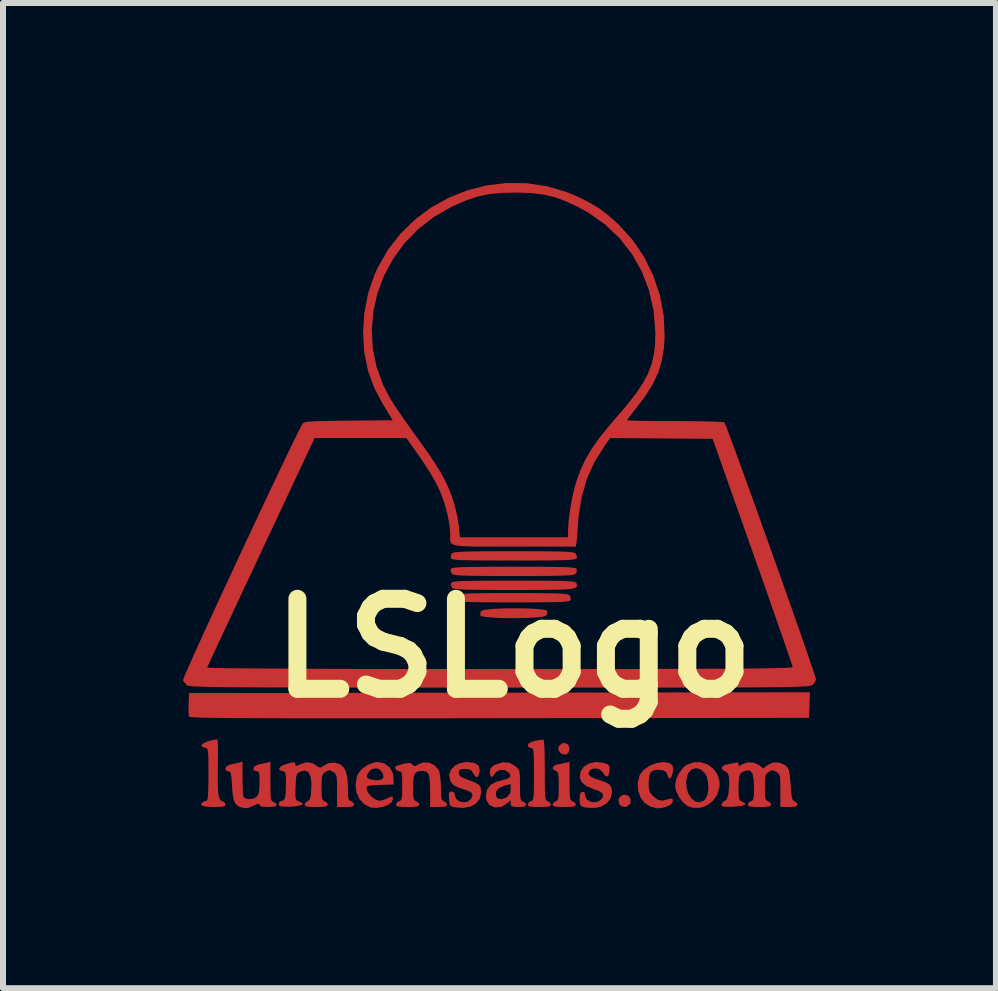
<source format=kicad_pcb>
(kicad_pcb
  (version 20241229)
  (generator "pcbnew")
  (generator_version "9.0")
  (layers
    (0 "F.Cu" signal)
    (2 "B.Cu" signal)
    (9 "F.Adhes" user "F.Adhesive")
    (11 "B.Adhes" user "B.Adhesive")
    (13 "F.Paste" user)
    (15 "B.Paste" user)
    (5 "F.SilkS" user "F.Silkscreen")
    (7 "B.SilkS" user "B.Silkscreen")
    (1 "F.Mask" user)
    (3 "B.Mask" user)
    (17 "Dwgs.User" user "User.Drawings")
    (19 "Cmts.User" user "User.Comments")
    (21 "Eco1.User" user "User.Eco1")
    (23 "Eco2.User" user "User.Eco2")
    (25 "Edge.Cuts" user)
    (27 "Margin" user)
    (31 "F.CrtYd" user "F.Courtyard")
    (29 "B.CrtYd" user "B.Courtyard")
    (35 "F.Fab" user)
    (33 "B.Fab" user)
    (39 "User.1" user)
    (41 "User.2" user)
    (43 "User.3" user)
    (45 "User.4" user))
  (footprint "LSLogo"
    (layer "F.Cu")
    (at 5.515 7.754)
    (property "Reference" "LSLogo" (at 0 0 0) (layer "F.SilkS") (effects (font (size 1.5 1.5) (thickness 0.3))))
    (attr board_only exclude_from_pos_files exclude_from_bom)
    (fp_poly (pts (xy 0.903 1.605) (xy 0.929 1.663) (xy 0.93 1.68) (xy 0.911 1.745) (xy 0.864 1.777) (xy 0.805 1.767) (xy 0.775 1.744) (xy 0.74 1.695) (xy 0.745 1.65) (xy 0.748 1.642) (xy 0.796 1.592) (xy 0.853 1.581)) (stroke (width 0) (type solid)) (fill yes) (layer "F.Cu"))
    (fp_poly (pts (xy 1.912 2.463) (xy 1.947 2.516) (xy 1.945 2.582) (xy 1.938 2.597) (xy 1.89 2.639) (xy 1.848 2.649) (xy 1.785 2.628) (xy 1.757 2.597) (xy 1.745 2.529) (xy 1.773 2.472) (xy 1.832 2.443) (xy 1.848 2.442)) (stroke (width 0) (type solid)) (fill yes) (layer "F.Cu"))
    (fp_poly (pts (xy 0.104 -0.663) (xy 0.245 -0.66) (xy 0.37 -0.653) (xy 0.471 -0.644) (xy 0.537 -0.632) (xy 0.559 -0.62) (xy 0.557 -0.569) (xy 0.542 -0.542) (xy 0.506 -0.528) (xy 0.428 -0.516) (xy 0.319 -0.508) (xy 0.187 -0.502) (xy 0.043 -0.5) (xy -0.104 -0.5) (xy -0.245 -0.503) (xy -0.37 -0.509) (xy -0.471 -0.519) (xy -0.537 -0.531) (xy -0.559 -0.543) (xy -0.557 -0.594) (xy -0.542 -0.62) (xy -0.506 -0.635) (xy -0.428 -0.646) (xy -0.319 -0.655) (xy -0.187 -0.661) (xy -0.043 -0.663)) (stroke (width 0) (type solid)) (fill yes) (layer "F.Cu"))
    (fp_poly (pts (xy 4.93 0.95) (xy 4.922 1.163) (xy -0.24 1.169) (xy -0.86 1.17) (xy -1.43 1.171) (xy -1.952 1.171) (xy -2.428 1.171) (xy -2.861 1.171) (xy -3.251 1.171) (xy -3.602 1.171) (xy -3.915 1.17) (xy -4.192 1.169) (xy -4.434 1.168) (xy -4.645 1.167) (xy -4.825 1.165) (xy -4.977 1.163) (xy -5.103 1.161) (xy -5.204 1.159) (xy -5.283 1.156) (xy -5.342 1.153) (xy -5.382 1.149) (xy -5.406 1.145) (xy -5.415 1.141) (xy -5.415 1.141) (xy -5.421 1.099) (xy -5.423 1.022) (xy -5.421 0.928) (xy -5.413 0.749) (xy -0.238 0.743) (xy 4.937 0.736)) (stroke (width 0) (type solid)) (fill yes) (layer "F.Cu"))
    (fp_poly (pts (xy 0.93 2.216) (xy 0.931 2.351) (xy 0.933 2.442) (xy 0.939 2.5) (xy 0.95 2.532) (xy 0.966 2.547) (xy 0.982 2.553) (xy 1.024 2.581) (xy 1.034 2.607) (xy 1.025 2.629) (xy 0.993 2.641) (xy 0.927 2.647) (xy 0.84 2.649) (xy 0.739 2.647) (xy 0.679 2.64) (xy 0.652 2.626) (xy 0.646 2.607) (xy 0.668 2.568) (xy 0.698 2.553) (xy 0.722 2.542) (xy 0.737 2.518) (xy 0.746 2.47) (xy 0.749 2.389) (xy 0.749 2.3) (xy 0.748 2.186) (xy 0.744 2.115) (xy 0.734 2.074) (xy 0.717 2.054) (xy 0.698 2.047) (xy 0.653 2.02) (xy 0.652 1.983) (xy 0.69 1.952) (xy 0.72 1.942) (xy 0.803 1.925) (xy 0.863 1.911) (xy 0.93 1.894)) (stroke (width 0) (type solid)) (fill yes) (layer "F.Cu"))
    (fp_poly (pts (xy 0.244 -0.917) (xy 0.441 -0.916) (xy 0.597 -0.914) (xy 0.716 -0.911) (xy 0.803 -0.907) (xy 0.863 -0.901) (xy 0.902 -0.894) (xy 0.924 -0.884) (xy 0.93 -0.879) (xy 0.95 -0.828) (xy 0.947 -0.801) (xy 0.937 -0.791) (xy 0.915 -0.783) (xy 0.873 -0.776) (xy 0.809 -0.771) (xy 0.717 -0.767) (xy 0.592 -0.765) (xy 0.43 -0.763) (xy 0.225 -0.762) (xy 0 -0.762) (xy -0.247 -0.762) (xy -0.448 -0.763) (xy -0.606 -0.765) (xy -0.728 -0.768) (xy -0.817 -0.771) (xy -0.879 -0.777) (xy -0.918 -0.783) (xy -0.939 -0.792) (xy -0.947 -0.801) (xy -0.945 -0.852) (xy -0.93 -0.879) (xy -0.915 -0.889) (xy -0.886 -0.898) (xy -0.837 -0.904) (xy -0.764 -0.909) (xy -0.662 -0.913) (xy -0.526 -0.915) (xy -0.35 -0.917) (xy -0.131 -0.917) (xy 0 -0.917)) (stroke (width 0) (type solid)) (fill yes) (layer "F.Cu"))
    (fp_poly (pts (xy 0.259 -1.124) (xy 0.472 -1.123) (xy 0.642 -1.122) (xy 0.774 -1.12) (xy 0.874 -1.117) (xy 0.945 -1.112) (xy 0.994 -1.107) (xy 1.023 -1.099) (xy 1.039 -1.09) (xy 1.044 -1.082) (xy 1.053 -1.054) (xy 1.054 -1.032) (xy 1.042 -1.013) (xy 1.013 -0.999) (xy 0.962 -0.988) (xy 0.886 -0.98) (xy 0.779 -0.975) (xy 0.638 -0.972) (xy 0.458 -0.97) (xy 0.234 -0.969) (xy 0 -0.969) (xy -0.262 -0.969) (xy -0.477 -0.97) (xy -0.649 -0.972) (xy -0.783 -0.975) (xy -0.883 -0.979) (xy -0.953 -0.984) (xy -0.999 -0.991) (xy -1.024 -0.999) (xy -1.031 -1.004) (xy -1.048 -1.057) (xy -1.044 -1.082) (xy -1.036 -1.093) (xy -1.018 -1.101) (xy -0.984 -1.108) (xy -0.931 -1.114) (xy -0.853 -1.118) (xy -0.746 -1.12) (xy -0.605 -1.122) (xy -0.426 -1.123) (xy -0.203 -1.124) (xy 0 -1.124)) (stroke (width 0) (type solid)) (fill yes) (layer "F.Cu"))
    (fp_poly (pts (xy 3.229 1.938) (xy 3.325 2.008) (xy 3.395 2.106) (xy 3.43 2.225) (xy 3.429 2.319) (xy 3.39 2.446) (xy 3.316 2.55) (xy 3.216 2.624) (xy 3.101 2.663) (xy 2.98 2.661) (xy 2.894 2.63) (xy 2.818 2.569) (xy 2.75 2.476) (xy 2.703 2.372) (xy 2.688 2.288) (xy 2.699 2.231) (xy 2.873 2.231) (xy 2.881 2.337) (xy 2.913 2.431) (xy 2.961 2.506) (xy 3.023 2.555) (xy 3.09 2.571) (xy 3.16 2.547) (xy 3.194 2.517) (xy 3.229 2.446) (xy 3.244 2.346) (xy 3.239 2.238) (xy 3.215 2.139) (xy 3.188 2.087) (xy 3.115 2.021) (xy 3.036 2) (xy 2.963 2.023) (xy 2.907 2.087) (xy 2.893 2.121) (xy 2.873 2.231) (xy 2.699 2.231) (xy 2.708 2.186) (xy 2.757 2.08) (xy 2.826 1.99) (xy 2.873 1.951) (xy 2.994 1.904) (xy 3.116 1.902)) (stroke (width 0) (type solid)) (fill yes) (layer "F.Cu"))
    (fp_poly (pts (xy 0.259 -1.615) (xy 0.47 -1.614) (xy 0.64 -1.612) (xy 0.772 -1.61) (xy 0.871 -1.606) (xy 0.942 -1.601) (xy 0.989 -1.595) (xy 1.018 -1.587) (xy 1.033 -1.577) (xy 1.033 -1.577) (xy 1.053 -1.526) (xy 1.05 -1.499) (xy 1.041 -1.489) (xy 1.019 -1.481) (xy 0.979 -1.475) (xy 0.917 -1.47) (xy 0.829 -1.466) (xy 0.709 -1.463) (xy 0.553 -1.461) (xy 0.356 -1.46) (xy 0.114 -1.46) (xy 0 -1.46) (xy -0.262 -1.46) (xy -0.477 -1.461) (xy -0.649 -1.462) (xy -0.783 -1.465) (xy -0.884 -1.468) (xy -0.957 -1.472) (xy -1.005 -1.478) (xy -1.034 -1.486) (xy -1.048 -1.495) (xy -1.05 -1.499) (xy -1.048 -1.55) (xy -1.033 -1.577) (xy -1.019 -1.586) (xy -0.991 -1.595) (xy -0.944 -1.601) (xy -0.874 -1.606) (xy -0.776 -1.61) (xy -0.646 -1.612) (xy -0.478 -1.614) (xy -0.268 -1.615) (xy -0.011 -1.615) (xy 0 -1.615)) (stroke (width 0) (type solid)) (fill yes) (layer "F.Cu"))
    (fp_poly (pts (xy 0.262 -1.356) (xy 0.477 -1.356) (xy 0.649 -1.354) (xy 0.783 -1.352) (xy 0.884 -1.349) (xy 0.957 -1.344) (xy 1.005 -1.338) (xy 1.034 -1.331) (xy 1.048 -1.322) (xy 1.05 -1.317) (xy 1.048 -1.267) (xy 1.033 -1.24) (xy 1.019 -1.23) (xy 0.991 -1.222) (xy 0.944 -1.215) (xy 0.874 -1.211) (xy 0.776 -1.207) (xy 0.646 -1.204) (xy 0.478 -1.203) (xy 0.268 -1.202) (xy 0.011 -1.202) (xy 0 -1.202) (xy -0.259 -1.202) (xy -0.47 -1.203) (xy -0.64 -1.204) (xy -0.772 -1.207) (xy -0.871 -1.21) (xy -0.942 -1.215) (xy -0.989 -1.222) (xy -1.018 -1.23) (xy -1.033 -1.24) (xy -1.033 -1.24) (xy -1.053 -1.291) (xy -1.05 -1.317) (xy -1.041 -1.327) (xy -1.019 -1.335) (xy -0.979 -1.342) (xy -0.917 -1.347) (xy -0.829 -1.351) (xy -0.709 -1.353) (xy -0.553 -1.355) (xy -0.356 -1.356) (xy -0.114 -1.357) (xy 0 -1.357)) (stroke (width 0) (type solid)) (fill yes) (layer "F.Cu"))
    (fp_poly (pts (xy 2.577 1.911) (xy 2.621 1.933) (xy 2.65 1.966) (xy 2.657 2.015) (xy 2.649 2.077) (xy 2.629 2.146) (xy 2.602 2.175) (xy 2.576 2.16) (xy 2.562 2.117) (xy 2.539 2.064) (xy 2.488 2.037) (xy 2.399 2.029) (xy 2.398 2.029) (xy 2.325 2.039) (xy 2.279 2.075) (xy 2.255 2.146) (xy 2.248 2.258) (xy 2.248 2.261) (xy 2.253 2.349) (xy 2.274 2.41) (xy 2.319 2.465) (xy 2.324 2.47) (xy 2.401 2.528) (xy 2.48 2.543) (xy 2.568 2.52) (xy 2.622 2.509) (xy 2.648 2.518) (xy 2.652 2.566) (xy 2.613 2.612) (xy 2.539 2.647) (xy 2.536 2.648) (xy 2.448 2.668) (xy 2.378 2.669) (xy 2.3 2.649) (xy 2.275 2.641) (xy 2.182 2.583) (xy 2.113 2.491) (xy 2.073 2.376) (xy 2.065 2.252) (xy 2.094 2.131) (xy 2.106 2.106) (xy 2.17 2.026) (xy 2.263 1.962) (xy 2.371 1.919) (xy 2.481 1.9)) (stroke (width 0) (type solid)) (fill yes) (layer "F.Cu"))
    (fp_poly (pts (xy -4.938 1.526) (xy -4.935 1.554) (xy -4.932 1.626) (xy -4.931 1.731) (xy -4.932 1.862) (xy -4.933 1.971) (xy -4.935 2.159) (xy -4.933 2.301) (xy -4.928 2.404) (xy -4.917 2.474) (xy -4.901 2.519) (xy -4.878 2.544) (xy -4.856 2.553) (xy -4.815 2.582) (xy -4.806 2.607) (xy -4.815 2.629) (xy -4.847 2.642) (xy -4.913 2.647) (xy -4.998 2.649) (xy -5.102 2.645) (xy -5.175 2.635) (xy -5.208 2.62) (xy -5.206 2.585) (xy -5.168 2.556) (xy -5.123 2.546) (xy -5.11 2.533) (xy -5.101 2.49) (xy -5.095 2.414) (xy -5.092 2.297) (xy -5.09 2.135) (xy -5.09 2.108) (xy -5.091 1.948) (xy -5.092 1.833) (xy -5.095 1.754) (xy -5.101 1.706) (xy -5.111 1.679) (xy -5.126 1.667) (xy -5.147 1.662) (xy -5.148 1.662) (xy -5.199 1.644) (xy -5.205 1.615) (xy -5.171 1.583) (xy -5.099 1.553) (xy -5.078 1.547) (xy -5.003 1.53) (xy -4.951 1.524)) (stroke (width 0) (type solid)) (fill yes) (layer "F.Cu"))
    (fp_poly (pts (xy 0.497 1.529) (xy 0.503 1.557) (xy 0.509 1.629) (xy 0.513 1.736) (xy 0.516 1.871) (xy 0.517 2.025) (xy 0.517 2.04) (xy 0.517 2.212) (xy 0.518 2.34) (xy 0.521 2.43) (xy 0.526 2.489) (xy 0.535 2.524) (xy 0.547 2.543) (xy 0.563 2.551) (xy 0.568 2.553) (xy 0.61 2.581) (xy 0.62 2.607) (xy 0.612 2.629) (xy 0.579 2.641) (xy 0.514 2.647) (xy 0.426 2.649) (xy 0.325 2.647) (xy 0.266 2.64) (xy 0.238 2.626) (xy 0.233 2.607) (xy 0.254 2.568) (xy 0.284 2.553) (xy 0.303 2.545) (xy 0.317 2.529) (xy 0.326 2.496) (xy 0.332 2.44) (xy 0.335 2.353) (xy 0.336 2.227) (xy 0.336 2.103) (xy 0.336 1.943) (xy 0.334 1.828) (xy 0.331 1.751) (xy 0.325 1.703) (xy 0.315 1.678) (xy 0.3 1.668) (xy 0.284 1.667) (xy 0.241 1.648) (xy 0.233 1.621) (xy 0.249 1.587) (xy 0.305 1.56) (xy 0.355 1.546) (xy 0.431 1.532) (xy 0.484 1.527)) (stroke (width 0) (type solid)) (fill yes) (layer "F.Cu"))
    (fp_poly (pts (xy -2.156 1.923) (xy -2.071 1.986) (xy -2.018 2.081) (xy -2.005 2.16) (xy -2.003 2.274) (xy -2.229 2.281) (xy -2.337 2.286) (xy -2.404 2.293) (xy -2.44 2.304) (xy -2.453 2.323) (xy -2.455 2.341) (xy -2.434 2.401) (xy -2.382 2.465) (xy -2.316 2.518) (xy -2.253 2.544) (xy -2.244 2.545) (xy -2.177 2.533) (xy -2.109 2.506) (xy -2.05 2.477) (xy -2.023 2.473) (xy -2.016 2.497) (xy -2.015 2.521) (xy -2.039 2.572) (xy -2.101 2.617) (xy -2.187 2.649) (xy -2.284 2.664) (xy -2.379 2.658) (xy -2.389 2.656) (xy -2.494 2.604) (xy -2.573 2.517) (xy -2.623 2.404) (xy -2.638 2.277) (xy -2.619 2.158) (xy -2.448 2.158) (xy -2.409 2.184) (xy -2.326 2.2) (xy -2.274 2.205) (xy -2.218 2.195) (xy -2.197 2.185) (xy -2.173 2.154) (xy -2.18 2.101) (xy -2.185 2.088) (xy -2.229 2.028) (xy -2.294 2.003) (xy -2.364 2.016) (xy -2.413 2.059) (xy -2.448 2.118) (xy -2.448 2.158) (xy -2.619 2.158) (xy -2.617 2.147) (xy -2.596 2.095) (xy -2.532 2.013) (xy -2.436 1.946) (xy -2.326 1.906) (xy -2.264 1.899)) (stroke (width 0) (type solid)) (fill yes) (layer "F.Cu"))
    (fp_poly (pts (xy 1.483 1.909) (xy 1.537 1.925) (xy 1.582 1.949) (xy 1.598 1.989) (xy 1.597 2.048) (xy 1.581 2.119) (xy 1.551 2.143) (xy 1.514 2.118) (xy 1.491 2.08) (xy 1.442 2.03) (xy 1.374 2.006) (xy 1.305 2.013) (xy 1.267 2.04) (xy 1.245 2.089) (xy 1.267 2.132) (xy 1.337 2.171) (xy 1.419 2.198) (xy 1.528 2.234) (xy 1.594 2.273) (xy 1.628 2.325) (xy 1.638 2.398) (xy 1.638 2.406) (xy 1.614 2.505) (xy 1.55 2.587) (xy 1.455 2.643) (xy 1.366 2.663) (xy 1.275 2.664) (xy 1.191 2.656) (xy 1.176 2.653) (xy 1.128 2.637) (xy 1.105 2.609) (xy 1.098 2.551) (xy 1.098 2.519) (xy 1.103 2.443) (xy 1.121 2.405) (xy 1.143 2.395) (xy 1.178 2.402) (xy 1.189 2.449) (xy 1.189 2.452) (xy 1.21 2.515) (xy 1.265 2.556) (xy 1.336 2.571) (xy 1.41 2.556) (xy 1.459 2.52) (xy 1.491 2.466) (xy 1.477 2.42) (xy 1.415 2.38) (xy 1.335 2.352) (xy 1.208 2.3) (xy 1.13 2.234) (xy 1.1 2.151) (xy 1.115 2.054) (xy 1.168 1.976) (xy 1.255 1.923) (xy 1.364 1.899)) (stroke (width 0) (type solid)) (fill yes) (layer "F.Cu"))
    (fp_poly (pts (xy -0.676 1.911) (xy -0.635 1.924) (xy -0.582 1.969) (xy -0.567 2.042) (xy -0.584 2.117) (xy -0.611 2.154) (xy -0.644 2.14) (xy -0.677 2.087) (xy -0.709 2.039) (xy -0.755 2.019) (xy -0.814 2.015) (xy -0.881 2.019) (xy -0.91 2.036) (xy -0.917 2.075) (xy -0.917 2.079) (xy -0.911 2.115) (xy -0.884 2.144) (xy -0.827 2.172) (xy -0.752 2.199) (xy -0.649 2.239) (xy -0.586 2.276) (xy -0.554 2.32) (xy -0.544 2.381) (xy -0.543 2.404) (xy -0.565 2.509) (xy -0.628 2.59) (xy -0.725 2.644) (xy -0.849 2.665) (xy -0.994 2.652) (xy -0.995 2.652) (xy -1.042 2.637) (xy -1.067 2.609) (xy -1.077 2.551) (xy -1.08 2.513) (xy -1.082 2.438) (xy -1.073 2.402) (xy -1.048 2.391) (xy -1.035 2.39) (xy -0.993 2.405) (xy -0.982 2.454) (xy -0.96 2.515) (xy -0.906 2.556) (xy -0.836 2.571) (xy -0.765 2.558) (xy -0.714 2.516) (xy -0.688 2.455) (xy -0.708 2.408) (xy -0.776 2.372) (xy -0.806 2.363) (xy -0.921 2.327) (xy -0.995 2.29) (xy -1.041 2.244) (xy -1.061 2.206) (xy -1.076 2.113) (xy -1.049 2.03) (xy -0.987 1.963) (xy -0.898 1.917) (xy -0.792 1.898)) (stroke (width 0) (type solid)) (fill yes) (layer "F.Cu"))
    (fp_poly (pts (xy -0.071 1.912) (xy 0.024 1.966) (xy 0.06 1.998) (xy 0.083 2.03) (xy 0.096 2.072) (xy 0.102 2.137) (xy 0.103 2.237) (xy 0.103 2.287) (xy 0.104 2.405) (xy 0.108 2.481) (xy 0.117 2.525) (xy 0.133 2.548) (xy 0.155 2.558) (xy 0.197 2.587) (xy 0.207 2.612) (xy 0.191 2.635) (xy 0.138 2.647) (xy 0.078 2.649) (xy 0.000442 2.646) (xy -0.038 2.635) (xy -0.051 2.609) (xy -0.052 2.592) (xy -0.052 2.536) (xy -0.11 2.589) (xy -0.207 2.648) (xy -0.313 2.656) (xy -0.323 2.654) (xy -0.407 2.614) (xy -0.455 2.539) (xy -0.465 2.467) (xy -0.465 2.465) (xy -0.298 2.465) (xy -0.297 2.469) (xy -0.261 2.51) (xy -0.199 2.517) (xy -0.125 2.49) (xy -0.109 2.479) (xy -0.062 2.42) (xy -0.052 2.353) (xy -0.052 2.266) (xy -0.156 2.293) (xy -0.247 2.332) (xy -0.296 2.391) (xy -0.298 2.465) (xy -0.465 2.465) (xy -0.447 2.361) (xy -0.391 2.283) (xy -0.292 2.228) (xy -0.205 2.205) (xy -0.109 2.179) (xy -0.062 2.15) (xy -0.059 2.113) (xy -0.092 2.069) (xy -0.158 2.032) (xy -0.232 2.031) (xy -0.294 2.063) (xy -0.315 2.094) (xy -0.35 2.142) (xy -0.38 2.142) (xy -0.399 2.096) (xy -0.401 2.065) (xy -0.39 2.008) (xy -0.349 1.966) (xy -0.31 1.944) (xy -0.184 1.903)) (stroke (width 0) (type solid)) (fill yes) (layer "F.Cu"))
    (fp_poly (pts (xy -4.057 2.222) (xy -4.056 2.358) (xy -4.054 2.45) (xy -4.048 2.509) (xy -4.038 2.542) (xy -4.022 2.558) (xy -4.005 2.564) (xy -3.963 2.589) (xy -3.953 2.613) (xy -3.97 2.635) (xy -4.024 2.646) (xy -4.096 2.649) (xy -4.183 2.644) (xy -4.228 2.631) (xy -4.238 2.613) (xy -4.247 2.594) (xy -4.282 2.601) (xy -4.334 2.625) (xy -4.421 2.663) (xy -4.489 2.67) (xy -4.561 2.65) (xy -4.562 2.65) (xy -4.615 2.62) (xy -4.652 2.575) (xy -4.675 2.506) (xy -4.69 2.402) (xy -4.697 2.299) (xy -4.704 2.184) (xy -4.712 2.112) (xy -4.724 2.073) (xy -4.741 2.057) (xy -4.758 2.054) (xy -4.8 2.039) (xy -4.808 2.006) (xy -4.785 1.968) (xy -4.734 1.943) (xy -4.732 1.942) (xy -4.65 1.925) (xy -4.589 1.911) (xy -4.522 1.894) (xy -4.522 2.166) (xy -4.52 2.283) (xy -4.517 2.383) (xy -4.511 2.453) (xy -4.506 2.478) (xy -4.47 2.51) (xy -4.407 2.519) (xy -4.338 2.507) (xy -4.283 2.475) (xy -4.28 2.472) (xy -4.255 2.426) (xy -4.242 2.35) (xy -4.238 2.24) (xy -4.239 2.143) (xy -4.245 2.087) (xy -4.259 2.061) (xy -4.283 2.054) (xy -4.289 2.054) (xy -4.334 2.039) (xy -4.343 2.006) (xy -4.32 1.968) (xy -4.269 1.943) (xy -4.266 1.942) (xy -4.184 1.925) (xy -4.124 1.911) (xy -4.057 1.894)) (stroke (width 0) (type solid)) (fill yes) (layer "F.Cu"))
    (fp_poly (pts (xy -1.408 1.911) (xy -1.32 1.954) (xy -1.255 2.029) (xy -1.243 2.057) (xy -1.229 2.124) (xy -1.219 2.222) (xy -1.214 2.331) (xy -1.214 2.339) (xy -1.213 2.441) (xy -1.207 2.503) (xy -1.194 2.536) (xy -1.17 2.55) (xy -1.163 2.553) (xy -1.121 2.581) (xy -1.111 2.607) (xy -1.122 2.632) (xy -1.161 2.645) (xy -1.24 2.648) (xy -1.253 2.649) (xy -1.395 2.649) (xy -1.395 2.38) (xy -1.398 2.243) (xy -1.407 2.149) (xy -1.427 2.09) (xy -1.461 2.06) (xy -1.513 2.048) (xy -1.537 2.048) (xy -1.601 2.055) (xy -1.643 2.084) (xy -1.667 2.142) (xy -1.678 2.237) (xy -1.68 2.326) (xy -1.678 2.432) (xy -1.673 2.497) (xy -1.661 2.532) (xy -1.64 2.549) (xy -1.628 2.553) (xy -1.586 2.581) (xy -1.576 2.607) (xy -1.585 2.629) (xy -1.617 2.641) (xy -1.683 2.647) (xy -1.77 2.649) (xy -1.871 2.647) (xy -1.931 2.64) (xy -1.958 2.626) (xy -1.964 2.607) (xy -1.942 2.568) (xy -1.912 2.553) (xy -1.888 2.542) (xy -1.873 2.518) (xy -1.864 2.471) (xy -1.861 2.391) (xy -1.86 2.297) (xy -1.861 2.183) (xy -1.865 2.112) (xy -1.874 2.073) (xy -1.89 2.057) (xy -1.909 2.054) (xy -1.952 2.039) (xy -1.976 2.006) (xy -1.972 1.974) (xy -1.957 1.964) (xy -1.839 1.929) (xy -1.76 1.915) (xy -1.711 1.922) (xy -1.688 1.941) (xy -1.661 1.967) (xy -1.63 1.962) (xy -1.598 1.941) (xy -1.506 1.905)) (stroke (width 0) (type solid)) (fill yes) (layer "F.Cu"))
    (fp_poly (pts (xy 3.999 1.909) (xy 4.092 1.952) (xy 4.092 1.953) (xy 4.16 2.006) (xy 4.228 1.953) (xy 4.322 1.906) (xy 4.424 1.909) (xy 4.494 1.937) (xy 4.538 1.963) (xy 4.568 1.996) (xy 4.588 2.046) (xy 4.602 2.122) (xy 4.612 2.234) (xy 4.617 2.302) (xy 4.626 2.417) (xy 4.636 2.49) (xy 4.65 2.531) (xy 4.671 2.55) (xy 4.681 2.554) (xy 4.721 2.583) (xy 4.729 2.607) (xy 4.718 2.632) (xy 4.678 2.645) (xy 4.599 2.648) (xy 4.586 2.649) (xy 4.444 2.649) (xy 4.444 2.378) (xy 4.444 2.256) (xy 4.44 2.176) (xy 4.432 2.126) (xy 4.417 2.095) (xy 4.392 2.073) (xy 4.38 2.065) (xy 4.329 2.037) (xy 4.289 2.042) (xy 4.251 2.065) (xy 4.219 2.089) (xy 4.2 2.12) (xy 4.19 2.169) (xy 4.186 2.25) (xy 4.186 2.323) (xy 4.187 2.43) (xy 4.192 2.496) (xy 4.204 2.532) (xy 4.225 2.548) (xy 4.238 2.553) (xy 4.28 2.581) (xy 4.289 2.607) (xy 4.281 2.629) (xy 4.249 2.641) (xy 4.183 2.647) (xy 4.096 2.649) (xy 3.994 2.647) (xy 3.935 2.64) (xy 3.907 2.626) (xy 3.902 2.607) (xy 3.923 2.568) (xy 3.953 2.553) (xy 3.979 2.541) (xy 3.994 2.515) (xy 4.002 2.464) (xy 4.005 2.377) (xy 4.005 2.324) (xy 3.999 2.187) (xy 3.98 2.097) (xy 3.946 2.048) (xy 3.895 2.037) (xy 3.867 2.044) (xy 3.81 2.066) (xy 3.774 2.098) (xy 3.755 2.152) (xy 3.748 2.238) (xy 3.747 2.323) (xy 3.748 2.428) (xy 3.753 2.493) (xy 3.766 2.53) (xy 3.789 2.551) (xy 3.805 2.558) (xy 3.855 2.589) (xy 3.854 2.613) (xy 3.803 2.63) (xy 3.702 2.641) (xy 3.663 2.643) (xy 3.561 2.646) (xy 3.5 2.642) (xy 3.471 2.631) (xy 3.462 2.61) (xy 3.462 2.608) (xy 3.484 2.568) (xy 3.511 2.553) (xy 3.552 2.516) (xy 3.578 2.429) (xy 3.59 2.293) (xy 3.591 2.235) (xy 3.586 2.142) (xy 3.566 2.086) (xy 3.525 2.054) (xy 3.508 2.047) (xy 3.467 2.016) (xy 3.47 1.981) (xy 3.515 1.951) (xy 3.546 1.942) (xy 3.625 1.926) (xy 3.689 1.91) (xy 3.734 1.906) (xy 3.747 1.935) (xy 3.747 1.936) (xy 3.751 1.965) (xy 3.774 1.96) (xy 3.804 1.939) (xy 3.896 1.904)) (stroke (width 0) (type solid)) (fill yes) (layer "F.Cu"))
    (fp_poly (pts (xy -3.648 1.91) (xy -3.643 1.934) (xy -3.643 1.939) (xy -3.638 1.963) (xy -3.614 1.961) (xy -3.567 1.939) (xy -3.458 1.903) (xy -3.361 1.916) (xy -3.297 1.954) (xy -3.247 1.988) (xy -3.214 1.991) (xy -3.182 1.967) (xy -3.092 1.918) (xy -2.987 1.909) (xy -2.899 1.935) (xy -2.839 1.983) (xy -2.798 2.059) (xy -2.774 2.169) (xy -2.765 2.322) (xy -2.765 2.355) (xy -2.763 2.452) (xy -2.756 2.51) (xy -2.741 2.539) (xy -2.714 2.552) (xy -2.713 2.553) (xy -2.671 2.581) (xy -2.661 2.607) (xy -2.672 2.632) (xy -2.712 2.645) (xy -2.791 2.648) (xy -2.804 2.649) (xy -2.946 2.649) (xy -2.946 2.378) (xy -2.946 2.256) (xy -2.95 2.176) (xy -2.958 2.126) (xy -2.973 2.095) (xy -2.998 2.073) (xy -3.01 2.065) (xy -3.061 2.037) (xy -3.101 2.042) (xy -3.139 2.065) (xy -3.171 2.089) (xy -3.19 2.12) (xy -3.2 2.169) (xy -3.204 2.25) (xy -3.204 2.323) (xy -3.203 2.43) (xy -3.198 2.496) (xy -3.186 2.532) (xy -3.165 2.548) (xy -3.152 2.553) (xy -3.11 2.581) (xy -3.101 2.607) (xy -3.109 2.629) (xy -3.141 2.641) (xy -3.207 2.647) (xy -3.295 2.649) (xy -3.396 2.647) (xy -3.455 2.64) (xy -3.483 2.626) (xy -3.488 2.607) (xy -3.467 2.568) (xy -3.44 2.553) (xy -3.406 2.53) (xy -3.387 2.474) (xy -3.38 2.42) (xy -3.373 2.256) (xy -3.389 2.138) (xy -3.426 2.066) (xy -3.484 2.041) (xy -3.56 2.06) (xy -3.594 2.079) (xy -3.615 2.104) (xy -3.628 2.147) (xy -3.634 2.22) (xy -3.638 2.316) (xy -3.641 2.424) (xy -3.639 2.49) (xy -3.63 2.527) (xy -3.611 2.545) (xy -3.58 2.556) (xy -3.578 2.556) (xy -3.532 2.578) (xy -3.521 2.604) (xy -3.55 2.621) (xy -3.615 2.634) (xy -3.699 2.643) (xy -3.787 2.645) (xy -3.862 2.641) (xy -3.908 2.629) (xy -3.914 2.624) (xy -3.918 2.579) (xy -3.885 2.549) (xy -3.864 2.545) (xy -3.834 2.534) (xy -3.814 2.497) (xy -3.803 2.425) (xy -3.799 2.312) (xy -3.798 2.261) (xy -3.799 2.159) (xy -3.804 2.098) (xy -3.817 2.066) (xy -3.839 2.053) (xy -3.857 2.05) (xy -3.906 2.031) (xy -3.911 2.001) (xy -3.874 1.967) (xy -3.801 1.935) (xy -3.798 1.935) (xy -3.714 1.911) (xy -3.667 1.902)) (stroke (width 0) (type solid)) (fill yes) (layer "F.Cu"))
    (fp_poly (pts (xy 0.216 -7.75) (xy 0.551 -7.7) (xy 0.882 -7.603) (xy 1.076 -7.521) (xy 1.256 -7.43) (xy 1.405 -7.342) (xy 1.541 -7.244) (xy 1.681 -7.122) (xy 1.746 -7.062) (xy 1.98 -6.805) (xy 2.174 -6.518) (xy 2.327 -6.206) (xy 2.437 -5.877) (xy 2.5 -5.536) (xy 2.515 -5.188) (xy 2.504 -5.012) (xy 2.469 -4.795) (xy 2.408 -4.593) (xy 2.315 -4.396) (xy 2.187 -4.193) (xy 2.052 -4.015) (xy 1.983 -3.928) (xy 1.928 -3.857) (xy 1.894 -3.811) (xy 1.886 -3.798) (xy 1.911 -3.795) (xy 1.981 -3.792) (xy 2.091 -3.789) (xy 2.233 -3.787) (xy 2.402 -3.786) (xy 2.592 -3.785) (xy 2.681 -3.785) (xy 2.88 -3.784) (xy 3.062 -3.782) (xy 3.223 -3.779) (xy 3.354 -3.775) (xy 3.449 -3.77) (xy 3.502 -3.765) (xy 3.51 -3.763) (xy 3.523 -3.736) (xy 3.551 -3.665) (xy 3.593 -3.554) (xy 3.648 -3.407) (xy 3.713 -3.229) (xy 3.788 -3.023) (xy 3.872 -2.794) (xy 3.961 -2.546) (xy 4.056 -2.283) (xy 4.153 -2.01) (xy 4.253 -1.731) (xy 4.353 -1.451) (xy 4.452 -1.173) (xy 4.548 -0.902) (xy 4.639 -0.642) (xy 4.725 -0.398) (xy 4.804 -0.173) (xy 4.874 0.028) (xy 4.933 0.201) (xy 4.981 0.341) (xy 5.015 0.444) (xy 5.034 0.507) (xy 5.038 0.523) (xy 5.022 0.564) (xy 4.987 0.607) (xy 4.98 0.613) (xy 4.972 0.619) (xy 4.959 0.624) (xy 4.94 0.629) (xy 4.913 0.633) (xy 4.875 0.637) (xy 4.825 0.64) (xy 4.76 0.643) (xy 4.678 0.646) (xy 4.577 0.648) (xy 4.455 0.65) (xy 4.31 0.652) (xy 4.139 0.654) (xy 3.941 0.655) (xy 3.713 0.656) (xy 3.454 0.657) (xy 3.16 0.657) (xy 2.831 0.658) (xy 2.463 0.658) (xy 2.055 0.659) (xy 1.605 0.659) (xy 1.11 0.659) (xy 0.568 0.659) (xy -0.022 0.659) (xy -0.241 0.659) (xy -0.851 0.659) (xy -1.41 0.659) (xy -1.922 0.659) (xy -2.389 0.658) (xy -2.813 0.658) (xy -3.195 0.658) (xy -3.539 0.657) (xy -3.845 0.656) (xy -4.117 0.656) (xy -4.356 0.654) (xy -4.565 0.653) (xy -4.745 0.652) (xy -4.899 0.65) (xy -5.029 0.648) (xy -5.136 0.646) (xy -5.224 0.643) (xy -5.294 0.64) (xy -5.348 0.637) (xy -5.388 0.633) (xy -5.417 0.629) (xy -5.437 0.625) (xy -5.449 0.62) (xy -5.456 0.615) (xy -5.457 0.614) (xy -5.497 0.563) (xy -5.515 0.536) (xy -5.506 0.509) (xy -5.478 0.439) (xy -5.431 0.331) (xy -5.427 0.323) (xy -5.112 0.323) (xy -5.087 0.327) (xy -5.011 0.33) (xy -4.884 0.333) (xy -4.705 0.336) (xy -4.476 0.338) (xy -4.195 0.34) (xy -3.864 0.342) (xy -3.482 0.344) (xy -3.05 0.346) (xy -2.568 0.347) (xy -2.036 0.348) (xy -1.453 0.348) (xy -0.822 0.349) (xy -0.235 0.349) (xy 0.376 0.349) (xy 0.937 0.349) (xy 1.45 0.348) (xy 1.918 0.348) (xy 2.34 0.347) (xy 2.721 0.346) (xy 3.06 0.345) (xy 3.361 0.344) (xy 3.625 0.343) (xy 3.855 0.341) (xy 4.05 0.339) (xy 4.215 0.337) (xy 4.35 0.334) (xy 4.458 0.332) (xy 4.54 0.329) (xy 4.597 0.325) (xy 4.633 0.322) (xy 4.649 0.318) (xy 4.65 0.317) (xy 4.641 0.288) (xy 4.616 0.214) (xy 4.577 0.099) (xy 4.525 -0.054) (xy 4.46 -0.239) (xy 4.385 -0.455) (xy 4.3 -0.697) (xy 4.208 -0.961) (xy 4.109 -1.243) (xy 4.004 -1.539) (xy 3.982 -1.602) (xy 3.315 -3.488) (xy 2.461 -3.495) (xy 1.607 -3.502) (xy 1.519 -3.379) (xy 1.346 -3.104) (xy 1.217 -2.817) (xy 1.129 -2.51) (xy 1.078 -2.176) (xy 1.07 -2.054) (xy 1.062 -1.94) (xy 1.055 -1.84) (xy 1.047 -1.77) (xy 1.044 -1.751) (xy 1.033 -1.692) (xy 0.002 -1.692) (xy -0.261 -1.692) (xy -0.476 -1.692) (xy -0.65 -1.693) (xy -0.785 -1.696) (xy -0.887 -1.702) (xy -0.961 -1.711) (xy -1.011 -1.726) (xy -1.041 -1.746) (xy -1.056 -1.773) (xy -1.061 -1.807) (xy -1.061 -1.85) (xy -1.06 -1.902) (xy -1.06 -1.908) (xy -1.066 -1.999) (xy -1.083 -2.116) (xy -1.107 -2.237) (xy -1.111 -2.254) (xy -1.157 -2.421) (xy -1.215 -2.58) (xy -1.29 -2.74) (xy -1.387 -2.911) (xy -1.51 -3.103) (xy -1.648 -3.301) (xy -1.791 -3.501) (xy -2.556 -3.501) (xy -3.32 -3.501) (xy -4.212 -1.602) (xy -4.35 -1.307) (xy -4.482 -1.027) (xy -4.605 -0.763) (xy -4.719 -0.519) (xy -4.822 -0.299) (xy -4.912 -0.107) (xy -4.987 0.054) (xy -5.046 0.181) (xy -5.087 0.27) (xy -5.109 0.316) (xy -5.112 0.323) (xy -5.427 0.323) (xy -5.367 0.188) (xy -5.289 0.014) (xy -5.198 -0.186) (xy -5.096 -0.408) (xy -4.986 -0.649) (xy -4.868 -0.905) (xy -4.744 -1.17) (xy -4.618 -1.443) (xy -4.49 -1.717) (xy -4.362 -1.99) (xy -4.237 -2.257) (xy -4.116 -2.515) (xy -4 -2.758) (xy -3.893 -2.984) (xy -3.796 -3.188) (xy -3.71 -3.366) (xy -3.638 -3.514) (xy -3.581 -3.629) (xy -3.541 -3.705) (xy -3.521 -3.74) (xy -3.521 -3.74) (xy -3.505 -3.753) (xy -3.479 -3.764) (xy -3.438 -3.772) (xy -3.375 -3.778) (xy -3.285 -3.783) (xy -3.162 -3.786) (xy -3 -3.789) (xy -2.794 -3.791) (xy -2.75 -3.792) (xy -2.019 -3.798) (xy -2.137 -3.992) (xy -2.204 -4.105) (xy -2.269 -4.226) (xy -2.322 -4.33) (xy -2.328 -4.342) (xy -2.432 -4.63) (xy -2.494 -4.939) (xy -2.513 -5.261) (xy -2.51 -5.308) (xy -2.367 -5.308) (xy -2.35 -4.997) (xy -2.288 -4.689) (xy -2.179 -4.388) (xy -2.055 -4.152) (xy -1.996 -4.058) (xy -1.915 -3.937) (xy -1.821 -3.802) (xy -1.724 -3.665) (xy -1.69 -3.617) (xy -1.531 -3.399) (xy -1.401 -3.213) (xy -1.296 -3.054) (xy -1.211 -2.914) (xy -1.142 -2.787) (xy -1.086 -2.665) (xy -1.038 -2.541) (xy -1 -2.428) (xy -0.965 -2.3) (xy -0.935 -2.16) (xy -0.917 -2.038) (xy -0.916 -2.034) (xy -0.898 -1.848) (xy 0.003 -1.848) (xy 0.904 -1.848) (xy 0.905 -1.97) (xy 0.913 -2.111) (xy 0.934 -2.283) (xy 0.966 -2.466) (xy 1.005 -2.643) (xy 1.047 -2.791) (xy 1.115 -2.975) (xy 1.196 -3.148) (xy 1.297 -3.32) (xy 1.423 -3.499) (xy 1.58 -3.695) (xy 1.702 -3.837) (xy 1.886 -4.052) (xy 2.035 -4.241) (xy 2.15 -4.413) (xy 2.236 -4.573) (xy 2.297 -4.731) (xy 2.335 -4.893) (xy 2.355 -5.068) (xy 2.36 -5.262) (xy 2.359 -5.271) (xy 2.331 -5.625) (xy 2.255 -5.961) (xy 2.135 -6.276) (xy 1.971 -6.567) (xy 1.766 -6.83) (xy 1.522 -7.062) (xy 1.24 -7.261) (xy 1.052 -7.364) (xy 0.857 -7.453) (xy 0.679 -7.517) (xy 0.503 -7.559) (xy 0.311 -7.583) (xy 0.089 -7.593) (xy 0.026 -7.593) (xy -0.212 -7.588) (xy -0.417 -7.567) (xy -0.605 -7.527) (xy -0.794 -7.464) (xy -0.999 -7.374) (xy -1.046 -7.352) (xy -1.34 -7.182) (xy -1.599 -6.979) (xy -1.824 -6.747) (xy -2.011 -6.49) (xy -2.161 -6.213) (xy -2.271 -5.921) (xy -2.34 -5.618) (xy -2.367 -5.308) (xy -2.51 -5.308) (xy -2.492 -5.587) (xy -2.429 -5.909) (xy -2.324 -6.22) (xy -2.272 -6.335) (xy -2.099 -6.638) (xy -1.889 -6.908) (xy -1.647 -7.144) (xy -1.378 -7.345) (xy -1.086 -7.507) (xy -0.776 -7.631) (xy -0.453 -7.713) (xy -0.12 -7.754)) (stroke (width 0) (type solid)) (fill yes) (layer "F.Cu")))
  (gr_rect
    (start -3 -3)
    (end 13.553 13.424)
    (stroke (width 0.1) (type default))
    (fill no)
    (layer "Edge.Cuts")))
</source>
